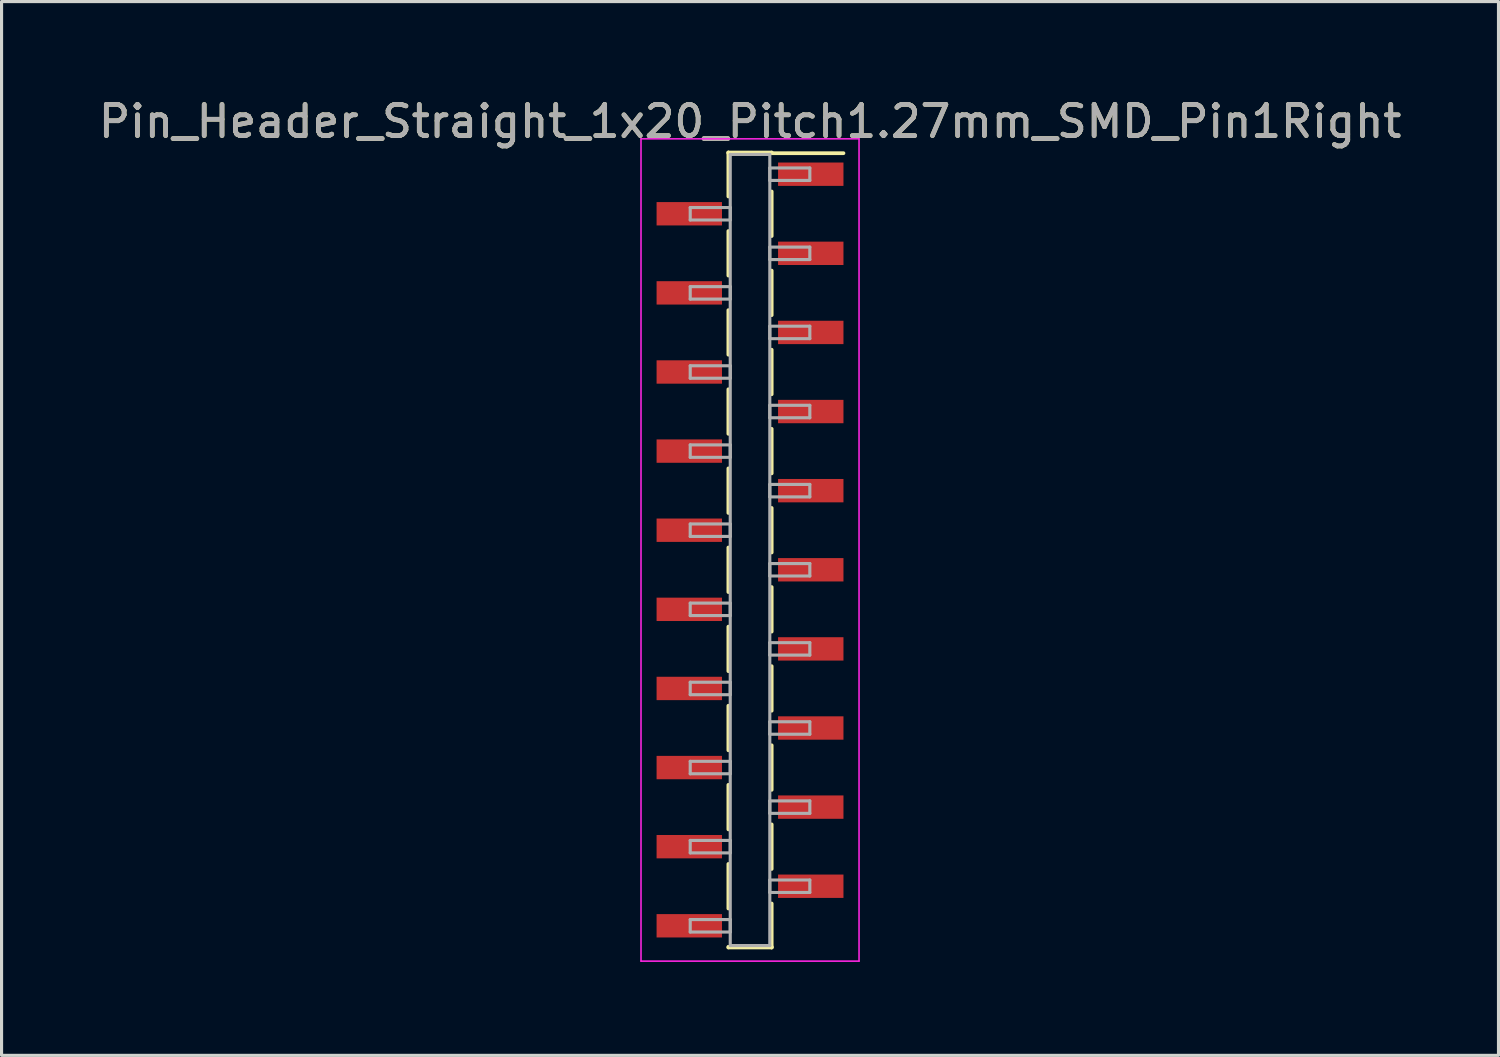
<source format=kicad_pcb>
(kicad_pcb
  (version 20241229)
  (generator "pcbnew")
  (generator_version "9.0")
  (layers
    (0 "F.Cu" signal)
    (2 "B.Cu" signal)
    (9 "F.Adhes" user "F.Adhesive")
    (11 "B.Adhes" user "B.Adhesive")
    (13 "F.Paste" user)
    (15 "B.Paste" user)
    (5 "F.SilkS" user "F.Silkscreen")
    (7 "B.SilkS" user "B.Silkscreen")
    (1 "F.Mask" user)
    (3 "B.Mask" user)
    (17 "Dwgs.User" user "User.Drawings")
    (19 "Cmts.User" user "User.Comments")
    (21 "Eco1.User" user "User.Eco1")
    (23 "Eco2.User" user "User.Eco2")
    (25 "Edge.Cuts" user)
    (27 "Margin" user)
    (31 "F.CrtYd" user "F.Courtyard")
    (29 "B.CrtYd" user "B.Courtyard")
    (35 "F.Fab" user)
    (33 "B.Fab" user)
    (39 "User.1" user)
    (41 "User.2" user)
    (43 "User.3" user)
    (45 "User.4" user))
  (footprint "Pin_Header_Straight_1x20_Pitch1.27mm_SMD_Pin1Right"
    (layer "F.Cu")
    (at 21.03 14.608)
    (property "Reference" "Pin_Header_Straight_1x20_Pitch1.27mm_SMD_Pin1Right" (at 0 -13.76 0) (layer "F.SilkS") (effects (font (size 1 1) (thickness 0.15))))
    (attr smd)
    (fp_line (start -0.695 -12.76) (end -0.695 -11.35) (stroke (width 0.12) (type solid)) (layer "F.SilkS"))
    (fp_line (start -0.695 -12.76) (end 0.695 -12.76) (stroke (width 0.12) (type solid)) (layer "F.SilkS"))
    (fp_line (start -0.695 -12.74) (end -0.695 -12.76) (stroke (width 0.12) (type solid)) (layer "F.SilkS"))
    (fp_line (start -0.695 -10.24) (end -0.695 -8.81) (stroke (width 0.12) (type solid)) (layer "F.SilkS"))
    (fp_line (start -0.695 -7.7) (end -0.695 -6.27) (stroke (width 0.12) (type solid)) (layer "F.SilkS"))
    (fp_line (start -0.695 -5.16) (end -0.695 -3.73) (stroke (width 0.12) (type solid)) (layer "F.SilkS"))
    (fp_line (start -0.695 -2.62) (end -0.695 -1.19) (stroke (width 0.12) (type solid)) (layer "F.SilkS"))
    (fp_line (start -0.695 -0.08) (end -0.695 1.35) (stroke (width 0.12) (type solid)) (layer "F.SilkS"))
    (fp_line (start -0.695 2.46) (end -0.695 3.89) (stroke (width 0.12) (type solid)) (layer "F.SilkS"))
    (fp_line (start -0.695 5) (end -0.695 6.43) (stroke (width 0.12) (type solid)) (layer "F.SilkS"))
    (fp_line (start -0.695 7.54) (end -0.695 8.97) (stroke (width 0.12) (type solid)) (layer "F.SilkS"))
    (fp_line (start -0.695 10.08) (end -0.695 11.51) (stroke (width 0.12) (type solid)) (layer "F.SilkS"))
    (fp_line (start -0.695 12.74) (end -0.695 12.76) (stroke (width 0.12) (type solid)) (layer "F.SilkS"))
    (fp_line (start -0.695 12.76) (end 0.695 12.76) (stroke (width 0.12) (type solid)) (layer "F.SilkS"))
    (fp_line (start 0.695 -12.76) (end 0.695 -12.74) (stroke (width 0.12) (type solid)) (layer "F.SilkS"))
    (fp_line (start 0.695 -12.74) (end 3 -12.74) (stroke (width 0.12) (type solid)) (layer "F.SilkS"))
    (fp_line (start 0.695 -11.51) (end 0.695 -10.08) (stroke (width 0.12) (type solid)) (layer "F.SilkS"))
    (fp_line (start 0.695 -8.97) (end 0.695 -7.54) (stroke (width 0.12) (type solid)) (layer "F.SilkS"))
    (fp_line (start 0.695 -6.43) (end 0.695 -5) (stroke (width 0.12) (type solid)) (layer "F.SilkS"))
    (fp_line (start 0.695 -3.89) (end 0.695 -2.46) (stroke (width 0.12) (type solid)) (layer "F.SilkS"))
    (fp_line (start 0.695 -1.35) (end 0.695 0.08) (stroke (width 0.12) (type solid)) (layer "F.SilkS"))
    (fp_line (start 0.695 1.19) (end 0.695 2.62) (stroke (width 0.12) (type solid)) (layer "F.SilkS"))
    (fp_line (start 0.695 3.73) (end 0.695 5.16) (stroke (width 0.12) (type solid)) (layer "F.SilkS"))
    (fp_line (start 0.695 6.27) (end 0.695 7.7) (stroke (width 0.12) (type solid)) (layer "F.SilkS"))
    (fp_line (start 0.695 8.81) (end 0.695 10.24) (stroke (width 0.12) (type solid)) (layer "F.SilkS"))
    (fp_line (start 0.695 11.35) (end 0.695 12.76) (stroke (width 0.12) (type solid)) (layer "F.SilkS"))
    (fp_line (start 0.695 12.76) (end 0.695 12.74) (stroke (width 0.12) (type solid)) (layer "F.SilkS"))
    (fp_line (start -3.5 -13.2) (end -3.5 13.2) (stroke (width 0.05) (type solid)) (layer "F.CrtYd"))
    (fp_line (start -3.5 13.2) (end 3.5 13.2) (stroke (width 0.05) (type solid)) (layer "F.CrtYd"))
    (fp_line (start 3.5 -13.2) (end -3.5 -13.2) (stroke (width 0.05) (type solid)) (layer "F.CrtYd"))
    (fp_line (start 3.5 13.2) (end 3.5 -13.2) (stroke (width 0.05) (type solid)) (layer "F.CrtYd"))
    (fp_line (start -1.92 -10.995) (end -0.635 -10.995) (stroke (width 0.1) (type solid)) (layer "F.Fab"))
    (fp_line (start -1.92 -10.595) (end -1.92 -10.995) (stroke (width 0.1) (type solid)) (layer "F.Fab"))
    (fp_line (start -1.92 -8.455) (end -0.635 -8.455) (stroke (width 0.1) (type solid)) (layer "F.Fab"))
    (fp_line (start -1.92 -8.055) (end -1.92 -8.455) (stroke (width 0.1) (type solid)) (layer "F.Fab"))
    (fp_line (start -1.92 -5.915) (end -0.635 -5.915) (stroke (width 0.1) (type solid)) (layer "F.Fab"))
    (fp_line (start -1.92 -5.515) (end -1.92 -5.915) (stroke (width 0.1) (type solid)) (layer "F.Fab"))
    (fp_line (start -1.92 -3.375) (end -0.635 -3.375) (stroke (width 0.1) (type solid)) (layer "F.Fab"))
    (fp_line (start -1.92 -2.975) (end -1.92 -3.375) (stroke (width 0.1) (type solid)) (layer "F.Fab"))
    (fp_line (start -1.92 -0.835) (end -0.635 -0.835) (stroke (width 0.1) (type solid)) (layer "F.Fab"))
    (fp_line (start -1.92 -0.435) (end -1.92 -0.835) (stroke (width 0.1) (type solid)) (layer "F.Fab"))
    (fp_line (start -1.92 1.705) (end -0.635 1.705) (stroke (width 0.1) (type solid)) (layer "F.Fab"))
    (fp_line (start -1.92 2.105) (end -1.92 1.705) (stroke (width 0.1) (type solid)) (layer "F.Fab"))
    (fp_line (start -1.92 4.245) (end -0.635 4.245) (stroke (width 0.1) (type solid)) (layer "F.Fab"))
    (fp_line (start -1.92 4.645) (end -1.92 4.245) (stroke (width 0.1) (type solid)) (layer "F.Fab"))
    (fp_line (start -1.92 6.785) (end -0.635 6.785) (stroke (width 0.1) (type solid)) (layer "F.Fab"))
    (fp_line (start -1.92 7.185) (end -1.92 6.785) (stroke (width 0.1) (type solid)) (layer "F.Fab"))
    (fp_line (start -1.92 9.325) (end -0.635 9.325) (stroke (width 0.1) (type solid)) (layer "F.Fab"))
    (fp_line (start -1.92 9.725) (end -1.92 9.325) (stroke (width 0.1) (type solid)) (layer "F.Fab"))
    (fp_line (start -1.92 11.865) (end -0.635 11.865) (stroke (width 0.1) (type solid)) (layer "F.Fab"))
    (fp_line (start -1.92 12.265) (end -1.92 11.865) (stroke (width 0.1) (type solid)) (layer "F.Fab"))
    (fp_line (start -0.635 -12.7) (end -0.635 12.7) (stroke (width 0.1) (type solid)) (layer "F.Fab"))
    (fp_line (start -0.635 -10.995) (end -0.635 -10.595) (stroke (width 0.1) (type solid)) (layer "F.Fab"))
    (fp_line (start -0.635 -10.595) (end -1.92 -10.595) (stroke (width 0.1) (type solid)) (layer "F.Fab"))
    (fp_line (start -0.635 -8.455) (end -0.635 -8.055) (stroke (width 0.1) (type solid)) (layer "F.Fab"))
    (fp_line (start -0.635 -8.055) (end -1.92 -8.055) (stroke (width 0.1) (type solid)) (layer "F.Fab"))
    (fp_line (start -0.635 -5.915) (end -0.635 -5.515) (stroke (width 0.1) (type solid)) (layer "F.Fab"))
    (fp_line (start -0.635 -5.515) (end -1.92 -5.515) (stroke (width 0.1) (type solid)) (layer "F.Fab"))
    (fp_line (start -0.635 -3.375) (end -0.635 -2.975) (stroke (width 0.1) (type solid)) (layer "F.Fab"))
    (fp_line (start -0.635 -2.975) (end -1.92 -2.975) (stroke (width 0.1) (type solid)) (layer "F.Fab"))
    (fp_line (start -0.635 -0.835) (end -0.635 -0.435) (stroke (width 0.1) (type solid)) (layer "F.Fab"))
    (fp_line (start -0.635 -0.435) (end -1.92 -0.435) (stroke (width 0.1) (type solid)) (layer "F.Fab"))
    (fp_line (start -0.635 1.705) (end -0.635 2.105) (stroke (width 0.1) (type solid)) (layer "F.Fab"))
    (fp_line (start -0.635 2.105) (end -1.92 2.105) (stroke (width 0.1) (type solid)) (layer "F.Fab"))
    (fp_line (start -0.635 4.245) (end -0.635 4.645) (stroke (width 0.1) (type solid)) (layer "F.Fab"))
    (fp_line (start -0.635 4.645) (end -1.92 4.645) (stroke (width 0.1) (type solid)) (layer "F.Fab"))
    (fp_line (start -0.635 6.785) (end -0.635 7.185) (stroke (width 0.1) (type solid)) (layer "F.Fab"))
    (fp_line (start -0.635 7.185) (end -1.92 7.185) (stroke (width 0.1) (type solid)) (layer "F.Fab"))
    (fp_line (start -0.635 9.325) (end -0.635 9.725) (stroke (width 0.1) (type solid)) (layer "F.Fab"))
    (fp_line (start -0.635 9.725) (end -1.92 9.725) (stroke (width 0.1) (type solid)) (layer "F.Fab"))
    (fp_line (start -0.635 11.865) (end -0.635 12.265) (stroke (width 0.1) (type solid)) (layer "F.Fab"))
    (fp_line (start -0.635 12.265) (end -1.92 12.265) (stroke (width 0.1) (type solid)) (layer "F.Fab"))
    (fp_line (start -0.635 12.7) (end 0.635 12.7) (stroke (width 0.1) (type solid)) (layer "F.Fab"))
    (fp_line (start 0.635 -12.7) (end -0.635 -12.7) (stroke (width 0.1) (type solid)) (layer "F.Fab"))
    (fp_line (start 0.635 -12.265) (end 0.635 -11.865) (stroke (width 0.1) (type solid)) (layer "F.Fab"))
    (fp_line (start 0.635 -11.865) (end 1.92 -11.865) (stroke (width 0.1) (type solid)) (layer "F.Fab"))
    (fp_line (start 0.635 -9.725) (end 0.635 -9.325) (stroke (width 0.1) (type solid)) (layer "F.Fab"))
    (fp_line (start 0.635 -9.325) (end 1.92 -9.325) (stroke (width 0.1) (type solid)) (layer "F.Fab"))
    (fp_line (start 0.635 -7.185) (end 0.635 -6.785) (stroke (width 0.1) (type solid)) (layer "F.Fab"))
    (fp_line (start 0.635 -6.785) (end 1.92 -6.785) (stroke (width 0.1) (type solid)) (layer "F.Fab"))
    (fp_line (start 0.635 -4.645) (end 0.635 -4.245) (stroke (width 0.1) (type solid)) (layer "F.Fab"))
    (fp_line (start 0.635 -4.245) (end 1.92 -4.245) (stroke (width 0.1) (type solid)) (layer "F.Fab"))
    (fp_line (start 0.635 -2.105) (end 0.635 -1.705) (stroke (width 0.1) (type solid)) (layer "F.Fab"))
    (fp_line (start 0.635 -1.705) (end 1.92 -1.705) (stroke (width 0.1) (type solid)) (layer "F.Fab"))
    (fp_line (start 0.635 0.435) (end 0.635 0.835) (stroke (width 0.1) (type solid)) (layer "F.Fab"))
    (fp_line (start 0.635 0.835) (end 1.92 0.835) (stroke (width 0.1) (type solid)) (layer "F.Fab"))
    (fp_line (start 0.635 2.975) (end 0.635 3.375) (stroke (width 0.1) (type solid)) (layer "F.Fab"))
    (fp_line (start 0.635 3.375) (end 1.92 3.375) (stroke (width 0.1) (type solid)) (layer "F.Fab"))
    (fp_line (start 0.635 5.515) (end 0.635 5.915) (stroke (width 0.1) (type solid)) (layer "F.Fab"))
    (fp_line (start 0.635 5.915) (end 1.92 5.915) (stroke (width 0.1) (type solid)) (layer "F.Fab"))
    (fp_line (start 0.635 8.055) (end 0.635 8.455) (stroke (width 0.1) (type solid)) (layer "F.Fab"))
    (fp_line (start 0.635 8.455) (end 1.92 8.455) (stroke (width 0.1) (type solid)) (layer "F.Fab"))
    (fp_line (start 0.635 10.595) (end 0.635 10.995) (stroke (width 0.1) (type solid)) (layer "F.Fab"))
    (fp_line (start 0.635 10.995) (end 1.92 10.995) (stroke (width 0.1) (type solid)) (layer "F.Fab"))
    (fp_line (start 0.635 12.7) (end 0.635 -12.7) (stroke (width 0.1) (type solid)) (layer "F.Fab"))
    (fp_line (start 1.92 -12.265) (end 0.635 -12.265) (stroke (width 0.1) (type solid)) (layer "F.Fab"))
    (fp_line (start 1.92 -11.865) (end 1.92 -12.265) (stroke (width 0.1) (type solid)) (layer "F.Fab"))
    (fp_line (start 1.92 -9.725) (end 0.635 -9.725) (stroke (width 0.1) (type solid)) (layer "F.Fab"))
    (fp_line (start 1.92 -9.325) (end 1.92 -9.725) (stroke (width 0.1) (type solid)) (layer "F.Fab"))
    (fp_line (start 1.92 -7.185) (end 0.635 -7.185) (stroke (width 0.1) (type solid)) (layer "F.Fab"))
    (fp_line (start 1.92 -6.785) (end 1.92 -7.185) (stroke (width 0.1) (type solid)) (layer "F.Fab"))
    (fp_line (start 1.92 -4.645) (end 0.635 -4.645) (stroke (width 0.1) (type solid)) (layer "F.Fab"))
    (fp_line (start 1.92 -4.245) (end 1.92 -4.645) (stroke (width 0.1) (type solid)) (layer "F.Fab"))
    (fp_line (start 1.92 -2.105) (end 0.635 -2.105) (stroke (width 0.1) (type solid)) (layer "F.Fab"))
    (fp_line (start 1.92 -1.705) (end 1.92 -2.105) (stroke (width 0.1) (type solid)) (layer "F.Fab"))
    (fp_line (start 1.92 0.435) (end 0.635 0.435) (stroke (width 0.1) (type solid)) (layer "F.Fab"))
    (fp_line (start 1.92 0.835) (end 1.92 0.435) (stroke (width 0.1) (type solid)) (layer "F.Fab"))
    (fp_line (start 1.92 2.975) (end 0.635 2.975) (stroke (width 0.1) (type solid)) (layer "F.Fab"))
    (fp_line (start 1.92 3.375) (end 1.92 2.975) (stroke (width 0.1) (type solid)) (layer "F.Fab"))
    (fp_line (start 1.92 5.515) (end 0.635 5.515) (stroke (width 0.1) (type solid)) (layer "F.Fab"))
    (fp_line (start 1.92 5.915) (end 1.92 5.515) (stroke (width 0.1) (type solid)) (layer "F.Fab"))
    (fp_line (start 1.92 8.055) (end 0.635 8.055) (stroke (width 0.1) (type solid)) (layer "F.Fab"))
    (fp_line (start 1.92 8.455) (end 1.92 8.055) (stroke (width 0.1) (type solid)) (layer "F.Fab"))
    (fp_line (start 1.92 10.595) (end 0.635 10.595) (stroke (width 0.1) (type solid)) (layer "F.Fab"))
    (fp_line (start 1.92 10.995) (end 1.92 10.595) (stroke (width 0.1) (type solid)) (layer "F.Fab"))
    (fp_text user "${REFERENCE}" (at 0 -13.76 0) (layer "F.Fab") (effects (font (size 1 1) (thickness 0.15))))
    (pad "1" smd rect (at 1.95 -12.065) (size 2.1 0.75) (layers "F.Cu" "F.Mask" "F.Paste"))
    (pad "2" smd rect (at -1.95 -10.795) (size 2.1 0.75) (layers "F.Cu" "F.Mask" "F.Paste"))
    (pad "3" smd rect (at 1.95 -9.525) (size 2.1 0.75) (layers "F.Cu" "F.Mask" "F.Paste"))
    (pad "4" smd rect (at -1.95 -8.255) (size 2.1 0.75) (layers "F.Cu" "F.Mask" "F.Paste"))
    (pad "5" smd rect (at 1.95 -6.985) (size 2.1 0.75) (layers "F.Cu" "F.Mask" "F.Paste"))
    (pad "6" smd rect (at -1.95 -5.715) (size 2.1 0.75) (layers "F.Cu" "F.Mask" "F.Paste"))
    (pad "7" smd rect (at 1.95 -4.445) (size 2.1 0.75) (layers "F.Cu" "F.Mask" "F.Paste"))
    (pad "8" smd rect (at -1.95 -3.175) (size 2.1 0.75) (layers "F.Cu" "F.Mask" "F.Paste"))
    (pad "9" smd rect (at 1.95 -1.905) (size 2.1 0.75) (layers "F.Cu" "F.Mask" "F.Paste"))
    (pad "10" smd rect (at -1.95 -0.635) (size 2.1 0.75) (layers "F.Cu" "F.Mask" "F.Paste"))
    (pad "11" smd rect (at 1.95 0.635) (size 2.1 0.75) (layers "F.Cu" "F.Mask" "F.Paste"))
    (pad "12" smd rect (at -1.95 1.905) (size 2.1 0.75) (layers "F.Cu" "F.Mask" "F.Paste"))
    (pad "13" smd rect (at 1.95 3.175) (size 2.1 0.75) (layers "F.Cu" "F.Mask" "F.Paste"))
    (pad "14" smd rect (at -1.95 4.445) (size 2.1 0.75) (layers "F.Cu" "F.Mask" "F.Paste"))
    (pad "15" smd rect (at 1.95 5.715) (size 2.1 0.75) (layers "F.Cu" "F.Mask" "F.Paste"))
    (pad "16" smd rect (at -1.95 6.985) (size 2.1 0.75) (layers "F.Cu" "F.Mask" "F.Paste"))
    (pad "17" smd rect (at 1.95 8.255) (size 2.1 0.75) (layers "F.Cu" "F.Mask" "F.Paste"))
    (pad "18" smd rect (at -1.95 9.525) (size 2.1 0.75) (layers "F.Cu" "F.Mask" "F.Paste"))
    (pad "19" smd rect (at 1.95 10.795) (size 2.1 0.75) (layers "F.Cu" "F.Mask" "F.Paste"))
    (pad "20" smd rect (at -1.95 12.065) (size 2.1 0.75) (layers "F.Cu" "F.Mask" "F.Paste")))
  (gr_rect
    (start -3 -3)
    (end 45.06 30.833)
    (stroke (width 0.1) (type default))
    (fill no)
    (layer "Edge.Cuts")))
</source>
